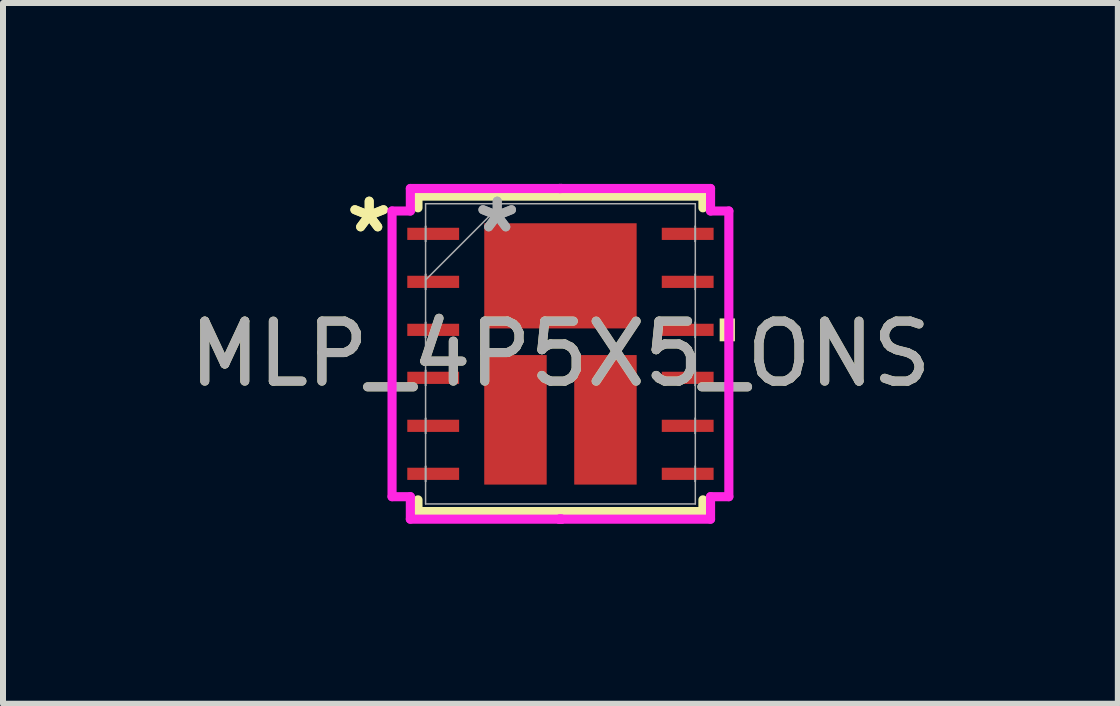
<source format=kicad_pcb>
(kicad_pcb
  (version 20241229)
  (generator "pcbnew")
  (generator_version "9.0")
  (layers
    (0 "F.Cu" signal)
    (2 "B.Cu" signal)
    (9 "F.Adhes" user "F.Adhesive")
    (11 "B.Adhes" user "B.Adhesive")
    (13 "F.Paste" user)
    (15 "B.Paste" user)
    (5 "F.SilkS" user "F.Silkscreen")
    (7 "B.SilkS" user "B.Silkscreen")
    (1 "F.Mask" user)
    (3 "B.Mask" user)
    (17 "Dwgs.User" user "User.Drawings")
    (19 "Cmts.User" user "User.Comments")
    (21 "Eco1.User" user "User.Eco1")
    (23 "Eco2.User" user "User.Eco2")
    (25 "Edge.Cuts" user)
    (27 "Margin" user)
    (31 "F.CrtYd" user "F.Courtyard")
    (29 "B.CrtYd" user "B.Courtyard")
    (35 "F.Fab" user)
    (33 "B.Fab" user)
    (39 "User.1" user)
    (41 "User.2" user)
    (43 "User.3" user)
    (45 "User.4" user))
  (footprint "MLP_4P5X5_ONS"
    (layer "F.Cu")
    (at 6.292 2.848)
    (property "Reference" "MLP_4P5X5_ONS" (at 0 0 0) (unlocked yes) (layer "F.SilkS") (effects (font (size 1 1) (thickness 0.15))))
    (attr smd)
    (fp_line (start -2.375 -2.629) (end -2.375 -2.434) (stroke (width 0.152) (type solid)) (layer "F.SilkS"))
    (fp_line (start -2.375 2.434) (end -2.375 2.629) (stroke (width 0.152) (type solid)) (layer "F.SilkS"))
    (fp_line (start -2.375 2.629) (end 2.375 2.629) (stroke (width 0.152) (type solid)) (layer "F.SilkS"))
    (fp_line (start 2.375 -2.629) (end -2.375 -2.629) (stroke (width 0.152) (type solid)) (layer "F.SilkS"))
    (fp_line (start 2.375 -2.434) (end 2.375 -2.629) (stroke (width 0.152) (type solid)) (layer "F.SilkS"))
    (fp_line (start 2.375 2.629) (end 2.375 2.434) (stroke (width 0.152) (type solid)) (layer "F.SilkS"))
    (fp_poly (pts (xy 2.908 -0.59) (xy 2.908 -0.209) (xy 2.654 -0.209) (xy 2.654 -0.59)) (stroke (width 0) (type solid)) (fill yes) (layer "F.SilkS"))
    (fp_line (start -2.807 -2.381) (end -2.502 -2.381) (stroke (width 0.152) (type solid)) (layer "F.CrtYd"))
    (fp_line (start -2.807 2.381) (end -2.807 -2.381) (stroke (width 0.152) (type solid)) (layer "F.CrtYd"))
    (fp_line (start -2.502 -2.756) (end 0.019 -2.756) (stroke (width 0.152) (type solid)) (layer "F.CrtYd"))
    (fp_line (start -2.502 -2.381) (end -2.502 -2.756) (stroke (width 0.152) (type solid)) (layer "F.CrtYd"))
    (fp_line (start -2.502 2.381) (end -2.807 2.381) (stroke (width 0.152) (type solid)) (layer "F.CrtYd"))
    (fp_line (start -2.502 2.756) (end -2.502 2.381) (stroke (width 0.152) (type solid)) (layer "F.CrtYd"))
    (fp_line (start -0.019 -2.756) (end -0.019 -2.756) (stroke (width 0.152) (type solid)) (layer "F.CrtYd"))
    (fp_line (start -0.019 -2.756) (end 2.502 -2.756) (stroke (width 0.152) (type solid)) (layer "F.CrtYd"))
    (fp_line (start -0.019 2.756) (end -0.019 2.756) (stroke (width 0.152) (type solid)) (layer "F.CrtYd"))
    (fp_line (start -0.019 2.756) (end 0.019 2.756) (stroke (width 0.152) (type solid)) (layer "F.CrtYd"))
    (fp_line (start 0.019 -2.756) (end -0.019 -2.756) (stroke (width 0.152) (type solid)) (layer "F.CrtYd"))
    (fp_line (start 0.019 -2.756) (end 0.019 -2.756) (stroke (width 0.152) (type solid)) (layer "F.CrtYd"))
    (fp_line (start 0.019 2.756) (end -2.502 2.756) (stroke (width 0.152) (type solid)) (layer "F.CrtYd"))
    (fp_line (start 0.019 2.756) (end 0.019 2.756) (stroke (width 0.152) (type solid)) (layer "F.CrtYd"))
    (fp_line (start 2.502 -2.756) (end 2.502 -2.381) (stroke (width 0.152) (type solid)) (layer "F.CrtYd"))
    (fp_line (start 2.502 -2.381) (end 2.807 -2.381) (stroke (width 0.152) (type solid)) (layer "F.CrtYd"))
    (fp_line (start 2.502 2.381) (end 2.502 2.756) (stroke (width 0.152) (type solid)) (layer "F.CrtYd"))
    (fp_line (start 2.502 2.756) (end -0.019 2.756) (stroke (width 0.152) (type solid)) (layer "F.CrtYd"))
    (fp_line (start 2.807 -2.381) (end 2.807 2.381) (stroke (width 0.152) (type solid)) (layer "F.CrtYd"))
    (fp_line (start 2.807 2.381) (end 2.502 2.381) (stroke (width 0.152) (type solid)) (layer "F.CrtYd"))
    (fp_line (start -2.248 -2.502) (end -2.248 2.502) (stroke (width 0.025) (type solid)) (layer "F.Fab"))
    (fp_line (start -2.248 -2.127) (end -2.248 -2.127) (stroke (width 0.025) (type solid)) (layer "F.Fab"))
    (fp_line (start -2.248 -2.127) (end -2.248 -1.873) (stroke (width 0.025) (type solid)) (layer "F.Fab"))
    (fp_line (start -2.248 -1.873) (end -2.248 -2.127) (stroke (width 0.025) (type solid)) (layer "F.Fab"))
    (fp_line (start -2.248 -1.873) (end -2.248 -1.873) (stroke (width 0.025) (type solid)) (layer "F.Fab"))
    (fp_line (start -2.248 -1.327) (end -2.248 -1.327) (stroke (width 0.025) (type solid)) (layer "F.Fab"))
    (fp_line (start -2.248 -1.327) (end -2.248 -1.073) (stroke (width 0.025) (type solid)) (layer "F.Fab"))
    (fp_line (start -2.248 -1.232) (end -0.978 -2.502) (stroke (width 0.025) (type solid)) (layer "F.Fab"))
    (fp_line (start -2.248 -1.073) (end -2.248 -1.327) (stroke (width 0.025) (type solid)) (layer "F.Fab"))
    (fp_line (start -2.248 -1.073) (end -2.248 -1.073) (stroke (width 0.025) (type solid)) (layer "F.Fab"))
    (fp_line (start -2.248 -0.527) (end -2.248 -0.527) (stroke (width 0.025) (type solid)) (layer "F.Fab"))
    (fp_line (start -2.248 -0.527) (end -2.248 -0.273) (stroke (width 0.025) (type solid)) (layer "F.Fab"))
    (fp_line (start -2.248 -0.273) (end -2.248 -0.527) (stroke (width 0.025) (type solid)) (layer "F.Fab"))
    (fp_line (start -2.248 -0.273) (end -2.248 -0.273) (stroke (width 0.025) (type solid)) (layer "F.Fab"))
    (fp_line (start -2.248 0.273) (end -2.248 0.273) (stroke (width 0.025) (type solid)) (layer "F.Fab"))
    (fp_line (start -2.248 0.273) (end -2.248 0.527) (stroke (width 0.025) (type solid)) (layer "F.Fab"))
    (fp_line (start -2.248 0.527) (end -2.248 0.273) (stroke (width 0.025) (type solid)) (layer "F.Fab"))
    (fp_line (start -2.248 0.527) (end -2.248 0.527) (stroke (width 0.025) (type solid)) (layer "F.Fab"))
    (fp_line (start -2.248 1.073) (end -2.248 1.073) (stroke (width 0.025) (type solid)) (layer "F.Fab"))
    (fp_line (start -2.248 1.073) (end -2.248 1.327) (stroke (width 0.025) (type solid)) (layer "F.Fab"))
    (fp_line (start -2.248 1.327) (end -2.248 1.073) (stroke (width 0.025) (type solid)) (layer "F.Fab"))
    (fp_line (start -2.248 1.327) (end -2.248 1.327) (stroke (width 0.025) (type solid)) (layer "F.Fab"))
    (fp_line (start -2.248 1.873) (end -2.248 1.873) (stroke (width 0.025) (type solid)) (layer "F.Fab"))
    (fp_line (start -2.248 1.873) (end -2.248 2.127) (stroke (width 0.025) (type solid)) (layer "F.Fab"))
    (fp_line (start -2.248 2.127) (end -2.248 1.873) (stroke (width 0.025) (type solid)) (layer "F.Fab"))
    (fp_line (start -2.248 2.127) (end -2.248 2.127) (stroke (width 0.025) (type solid)) (layer "F.Fab"))
    (fp_line (start -2.248 2.502) (end 2.248 2.502) (stroke (width 0.025) (type solid)) (layer "F.Fab"))
    (fp_line (start 2.248 -2.502) (end -2.248 -2.502) (stroke (width 0.025) (type solid)) (layer "F.Fab"))
    (fp_line (start 2.248 -2.127) (end 2.248 -2.127) (stroke (width 0.025) (type solid)) (layer "F.Fab"))
    (fp_line (start 2.248 -2.127) (end 2.248 -1.873) (stroke (width 0.025) (type solid)) (layer "F.Fab"))
    (fp_line (start 2.248 -1.873) (end 2.248 -2.127) (stroke (width 0.025) (type solid)) (layer "F.Fab"))
    (fp_line (start 2.248 -1.873) (end 2.248 -1.873) (stroke (width 0.025) (type solid)) (layer "F.Fab"))
    (fp_line (start 2.248 -1.327) (end 2.248 -1.327) (stroke (width 0.025) (type solid)) (layer "F.Fab"))
    (fp_line (start 2.248 -1.327) (end 2.248 -1.073) (stroke (width 0.025) (type solid)) (layer "F.Fab"))
    (fp_line (start 2.248 -1.073) (end 2.248 -1.327) (stroke (width 0.025) (type solid)) (layer "F.Fab"))
    (fp_line (start 2.248 -1.073) (end 2.248 -1.073) (stroke (width 0.025) (type solid)) (layer "F.Fab"))
    (fp_line (start 2.248 -0.527) (end 2.248 -0.527) (stroke (width 0.025) (type solid)) (layer "F.Fab"))
    (fp_line (start 2.248 -0.527) (end 2.248 -0.273) (stroke (width 0.025) (type solid)) (layer "F.Fab"))
    (fp_line (start 2.248 -0.273) (end 2.248 -0.527) (stroke (width 0.025) (type solid)) (layer "F.Fab"))
    (fp_line (start 2.248 -0.273) (end 2.248 -0.273) (stroke (width 0.025) (type solid)) (layer "F.Fab"))
    (fp_line (start 2.248 0.273) (end 2.248 0.273) (stroke (width 0.025) (type solid)) (layer "F.Fab"))
    (fp_line (start 2.248 0.273) (end 2.248 0.527) (stroke (width 0.025) (type solid)) (layer "F.Fab"))
    (fp_line (start 2.248 0.527) (end 2.248 0.273) (stroke (width 0.025) (type solid)) (layer "F.Fab"))
    (fp_line (start 2.248 0.527) (end 2.248 0.527) (stroke (width 0.025) (type solid)) (layer "F.Fab"))
    (fp_line (start 2.248 1.073) (end 2.248 1.073) (stroke (width 0.025) (type solid)) (layer "F.Fab"))
    (fp_line (start 2.248 1.073) (end 2.248 1.327) (stroke (width 0.025) (type solid)) (layer "F.Fab"))
    (fp_line (start 2.248 1.327) (end 2.248 1.073) (stroke (width 0.025) (type solid)) (layer "F.Fab"))
    (fp_line (start 2.248 1.327) (end 2.248 1.327) (stroke (width 0.025) (type solid)) (layer "F.Fab"))
    (fp_line (start 2.248 1.873) (end 2.248 1.873) (stroke (width 0.025) (type solid)) (layer "F.Fab"))
    (fp_line (start 2.248 1.873) (end 2.248 2.127) (stroke (width 0.025) (type solid)) (layer "F.Fab"))
    (fp_line (start 2.248 2.127) (end 2.248 1.873) (stroke (width 0.025) (type solid)) (layer "F.Fab"))
    (fp_line (start 2.248 2.127) (end 2.248 2.127) (stroke (width 0.025) (type solid)) (layer "F.Fab"))
    (fp_line (start 2.248 2.502) (end 2.248 -2.502) (stroke (width 0.025) (type solid)) (layer "F.Fab"))
    (fp_text user "*" (at -3.188 -2 0) (unlocked yes) (layer "F.SilkS") (effects (font (size 1 1) (thickness 0.15))))
    (fp_text user "*" (at -3.188 -2 0) (layer "F.SilkS") (effects (font (size 1 1) (thickness 0.15))))
    (fp_text user "${REFERENCE}" (at 0 0 0) (unlocked yes) (layer "F.Fab") (effects (font (size 1 1) (thickness 0.15))))
    (fp_text user "*" (at -1.054 -2 0) (layer "F.Fab") (effects (font (size 1 1) (thickness 0.15))))
    (fp_text user "*" (at -1.054 -2 0) (unlocked yes) (layer "F.Fab") (effects (font (size 1 1) (thickness 0.15))))
    (pad "1" smd rect (at -2.121 -2 90) (size 0.203 0.864) (layers "F.Cu" "F.Mask" "F.Paste"))
    (pad "2" smd rect (at -2.121 -1.2 90) (size 0.203 0.864) (layers "F.Cu" "F.Mask" "F.Paste"))
    (pad "3" smd rect (at -2.121 -0.4 90) (size 0.203 0.864) (layers "F.Cu" "F.Mask" "F.Paste"))
    (pad "4" smd rect (at -2.121 0.4 90) (size 0.203 0.864) (layers "F.Cu" "F.Mask" "F.Paste"))
    (pad "5" smd rect (at -2.121 1.2 90) (size 0.203 0.864) (layers "F.Cu" "F.Mask" "F.Paste"))
    (pad "6" smd rect (at -2.121 2 90) (size 0.203 0.864) (layers "F.Cu" "F.Mask" "F.Paste"))
    (pad "7" smd rect (at 2.121 2 90) (size 0.203 0.864) (layers "F.Cu" "F.Mask" "F.Paste"))
    (pad "8" smd rect (at 2.121 1.2 90) (size 0.203 0.864) (layers "F.Cu" "F.Mask" "F.Paste"))
    (pad "9" smd rect (at 2.121 0.4 90) (size 0.203 0.864) (layers "F.Cu" "F.Mask" "F.Paste"))
    (pad "10" smd rect (at 2.121 -0.4 90) (size 0.203 0.864) (layers "F.Cu" "F.Mask" "F.Paste"))
    (pad "11" smd rect (at 2.121 -1.2 90) (size 0.203 0.864) (layers "F.Cu" "F.Mask" "F.Paste"))
    (pad "12" smd rect (at 2.121 -2 90) (size 0.203 0.864) (layers "F.Cu" "F.Mask" "F.Paste"))
    (pad "13" smd rect (at 0 -1.3) (size 2.54 1.753) (layers "F.Cu" "F.Mask" "F.Paste"))
    (pad "14" smd rect (at -0.75 1.1) (size 1.041 2.159) (layers "F.Cu" "F.Mask" "F.Paste"))
    (pad "15" smd rect (at 0.75 1.1) (size 1.041 2.159) (layers "F.Cu" "F.Mask" "F.Paste")))
  (gr_rect
    (start -3 -3)
    (end 15.583 8.68)
    (stroke (width 0.1) (type default))
    (fill no)
    (layer "Edge.Cuts")))
</source>
